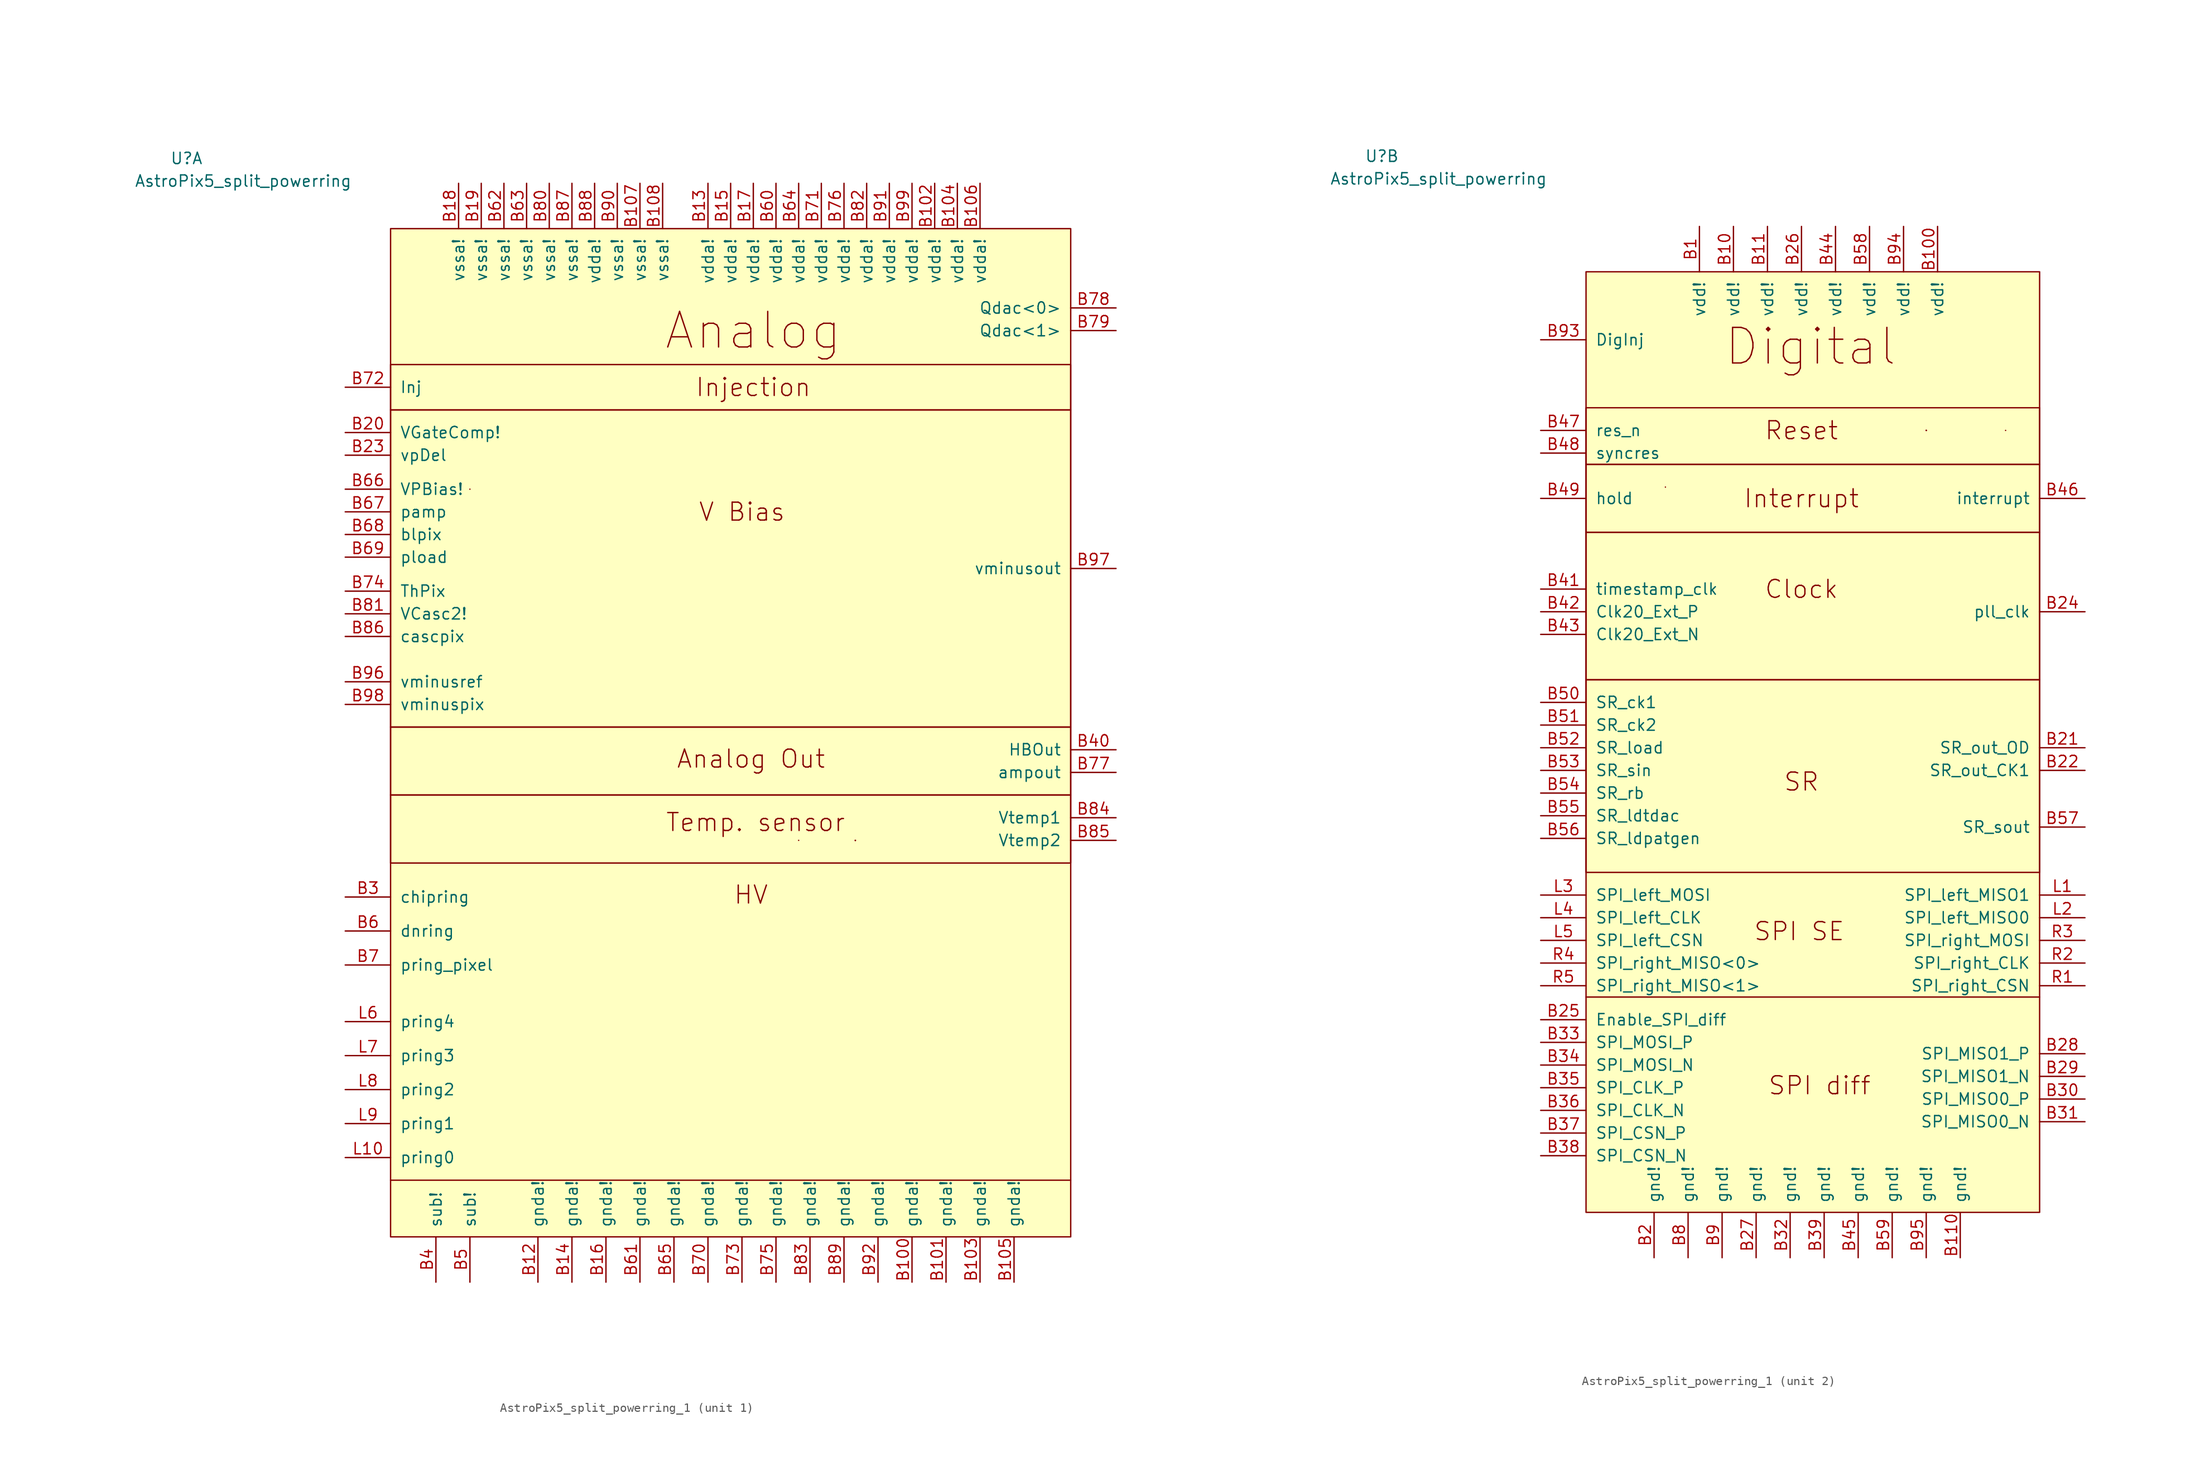
<source format=kicad_sym>
(kicad_symbol_lib
  (version 20231120)
  (generator "kicad_symbol_editor")
  (generator_version "8.0")
  (symbol "AstroPix5_split_powerring_1"
    (pin_names
      (offset 1.016))
    (property "Reference" "U"
      (at -48.26 44.704 0)
      (effects (font (size 1.27 1.27))))
    (property "Value" "AstroPix5_split_powerring"
      (at -41.91 42.164 0)
      (effects (font (size 1.27 1.27))))
    (property "ki_locked" ""
      (at 0 0 0)
      (effects (font (size 1.27 1.27))))
    (symbol "AstroPix5_split_powerring_1_0_1"
      (polyline (pts (xy -16.51 7.62) (xy -16.51 7.62)) (stroke (width 0) (type default)) (fill (type none))))
    (symbol "AstroPix5_split_powerring_1_1_0"
      (pin power_in line (at 33.02 -81.28 90) (length 5.08) (name "gnda!" (effects (font (size 1.27 1.27)))) (number "B100" (effects (font (size 1.27 1.27)))))
      (pin power_in line (at 36.83 -81.28 90) (length 5.08) (name "gnda!" (effects (font (size 1.27 1.27)))) (number "B101" (effects (font (size 1.27 1.27)))))
      (pin power_in line (at 35.56 41.91 270) (length 5.08) (name "vdda!" (effects (font (size 1.27 1.27)))) (number "B102" (effects (font (size 1.27 1.27)))))
      (pin power_in line (at 40.64 -81.28 90) (length 5.08) (name "gnda!" (effects (font (size 1.27 1.27)))) (number "B103" (effects (font (size 1.27 1.27)))))
      (pin power_in line (at 38.1 41.91 270) (length 5.08) (name "vdda!" (effects (font (size 1.27 1.27)))) (number "B104" (effects (font (size 1.27 1.27)))))
      (pin power_in line (at 44.45 -81.28 90) (length 5.08) (name "gnda!" (effects (font (size 1.27 1.27)))) (number "B105" (effects (font (size 1.27 1.27)))))
      (pin power_in line (at 40.64 41.91 270) (length 5.08) (name "vdda!" (effects (font (size 1.27 1.27)))) (number "B106" (effects (font (size 1.27 1.27)))))
      (pin power_in line (at 2.54 41.91 270) (length 5.08) (name "vssa!" (effects (font (size 1.27 1.27)))) (number "B107" (effects (font (size 1.27 1.27)))))
      (pin power_in line (at 5.08 41.91 270) (length 5.08) (name "vssa!" (effects (font (size 1.27 1.27)))) (number "B108" (effects (font (size 1.27 1.27)))))
      (pin power_in line (at -8.89 -81.28 90) (length 5.08) (name "gnda!" (effects (font (size 1.27 1.27)))) (number "B12" (effects (font (size 1.27 1.27)))))
      (pin power_in line (at 10.16 41.91 270) (length 5.08) (name "vdda!" (effects (font (size 1.27 1.27)))) (number "B13" (effects (font (size 1.27 1.27)))))
      (pin power_in line (at -5.08 -81.28 90) (length 5.08) (name "gnda!" (effects (font (size 1.27 1.27)))) (number "B14" (effects (font (size 1.27 1.27)))))
      (pin power_in line (at 12.7 41.91 270) (length 5.08) (name "vdda!" (effects (font (size 1.27 1.27)))) (number "B15" (effects (font (size 1.27 1.27)))))
      (pin power_in line (at -1.27 -81.28 90) (length 5.08) (name "gnda!" (effects (font (size 1.27 1.27)))) (number "B16" (effects (font (size 1.27 1.27)))))
      (pin power_in line (at 15.24 41.91 270) (length 5.08) (name "vdda!" (effects (font (size 1.27 1.27)))) (number "B17" (effects (font (size 1.27 1.27)))))
      (pin power_in line (at -17.78 41.91 270) (length 5.08) (name "vssa!" (effects (font (size 1.27 1.27)))) (number "B18" (effects (font (size 1.27 1.27)))))
      (pin power_in line (at -15.24 41.91 270) (length 5.08) (name "vssa!" (effects (font (size 1.27 1.27)))) (number "B19" (effects (font (size 1.27 1.27)))))
      (pin bidirectional line (at -30.48 13.97 0) (length 5.08) (name "VGateComp!" (effects (font (size 1.27 1.27)))) (number "B20" (effects (font (size 1.27 1.27)))))
      (pin bidirectional line (at -30.48 11.43 0) (length 5.08) (name "vpDel" (effects (font (size 1.27 1.27)))) (number "B23" (effects (font (size 1.27 1.27)))))
      (pin bidirectional line (at -30.48 -38.1 0) (length 5.08) (name "chipring" (effects (font (size 1.27 1.27)))) (number "B3" (effects (font (size 1.27 1.27)))))
      (pin power_in line (at -20.32 -81.28 90) (length 5.08) (name "sub!" (effects (font (size 1.27 1.27)))) (number "B4" (effects (font (size 1.27 1.27)))))
      (pin output line (at 55.88 -21.59 180) (length 5.08) (name "HBOut" (effects (font (size 1.27 1.27)))) (number "B40" (effects (font (size 1.27 1.27)))))
      (pin power_in line (at -16.51 -81.28 90) (length 5.08) (name "sub!" (effects (font (size 1.27 1.27)))) (number "B5" (effects (font (size 1.27 1.27)))))
      (pin bidirectional line (at -30.48 -41.91 0) (length 5.08) (name "dnring" (effects (font (size 1.27 1.27)))) (number "B6" (effects (font (size 1.27 1.27)))))
      (pin power_in line (at 17.78 41.91 270) (length 5.08) (name "vdda!" (effects (font (size 1.27 1.27)))) (number "B60" (effects (font (size 1.27 1.27)))))
      (pin power_in line (at 2.54 -81.28 90) (length 5.08) (name "gnda!" (effects (font (size 1.27 1.27)))) (number "B61" (effects (font (size 1.27 1.27)))))
      (pin power_in line (at -12.7 41.91 270) (length 5.08) (name "vssa!" (effects (font (size 1.27 1.27)))) (number "B62" (effects (font (size 1.27 1.27)))))
      (pin power_in line (at -10.16 41.91 270) (length 5.08) (name "vssa!" (effects (font (size 1.27 1.27)))) (number "B63" (effects (font (size 1.27 1.27)))))
      (pin power_in line (at 20.32 41.91 270) (length 5.08) (name "vdda!" (effects (font (size 1.27 1.27)))) (number "B64" (effects (font (size 1.27 1.27)))))
      (pin power_in line (at 6.35 -81.28 90) (length 5.08) (name "gnda!" (effects (font (size 1.27 1.27)))) (number "B65" (effects (font (size 1.27 1.27)))))
      (pin bidirectional line (at -30.48 7.62 0) (length 5.08) (name "VPBias!" (effects (font (size 1.27 1.27)))) (number "B66" (effects (font (size 1.27 1.27)))))
      (pin bidirectional line (at -30.48 5.08 0) (length 5.08) (name "pamp" (effects (font (size 1.27 1.27)))) (number "B67" (effects (font (size 1.27 1.27)))))
      (pin bidirectional line (at -30.48 2.54 0) (length 5.08) (name "blpix" (effects (font (size 1.27 1.27)))) (number "B68" (effects (font (size 1.27 1.27)))))
      (pin bidirectional line (at -30.48 0 0) (length 5.08) (name "pload" (effects (font (size 1.27 1.27)))) (number "B69" (effects (font (size 1.27 1.27)))))
      (pin bidirectional line (at -30.48 -45.72 0) (length 5.08) (name "pring_pixel" (effects (font (size 1.27 1.27)))) (number "B7" (effects (font (size 1.27 1.27)))))
      (pin power_in line (at 10.16 -81.28 90) (length 5.08) (name "gnda!" (effects (font (size 1.27 1.27)))) (number "B70" (effects (font (size 1.27 1.27)))))
      (pin power_in line (at 22.86 41.91 270) (length 5.08) (name "vdda!" (effects (font (size 1.27 1.27)))) (number "B71" (effects (font (size 1.27 1.27)))))
      (pin input line (at -30.48 19.05 0) (length 5.08) (name "Inj" (effects (font (size 1.27 1.27)))) (number "B72" (effects (font (size 1.27 1.27)))))
      (pin power_in line (at 13.97 -81.28 90) (length 5.08) (name "gnda!" (effects (font (size 1.27 1.27)))) (number "B73" (effects (font (size 1.27 1.27)))))
      (pin bidirectional line (at -30.48 -3.81 0) (length 5.08) (name "ThPix" (effects (font (size 1.27 1.27)))) (number "B74" (effects (font (size 1.27 1.27)))))
      (pin power_in line (at 17.78 -81.28 90) (length 5.08) (name "gnda!" (effects (font (size 1.27 1.27)))) (number "B75" (effects (font (size 1.27 1.27)))))
      (pin power_in line (at 25.4 41.91 270) (length 5.08) (name "vdda!" (effects (font (size 1.27 1.27)))) (number "B76" (effects (font (size 1.27 1.27)))))
      (pin output line (at 55.88 -24.13 180) (length 5.08) (name "ampout" (effects (font (size 1.27 1.27)))) (number "B77" (effects (font (size 1.27 1.27)))))
      (pin output line (at 55.88 27.94 180) (length 5.08) (name "Qdac<0>" (effects (font (size 1.27 1.27)))) (number "B78" (effects (font (size 1.27 1.27)))))
      (pin output line (at 55.88 25.4 180) (length 5.08) (name "Qdac<1>" (effects (font (size 1.27 1.27)))) (number "B79" (effects (font (size 1.27 1.27)))))
      (pin power_in line (at -7.62 41.91 270) (length 5.08) (name "vssa!" (effects (font (size 1.27 1.27)))) (number "B80" (effects (font (size 1.27 1.27)))))
      (pin bidirectional line (at -30.48 -6.35 0) (length 5.08) (name "VCasc2!" (effects (font (size 1.27 1.27)))) (number "B81" (effects (font (size 1.27 1.27)))))
      (pin power_in line (at 27.94 41.91 270) (length 5.08) (name "vdda!" (effects (font (size 1.27 1.27)))) (number "B82" (effects (font (size 1.27 1.27)))))
      (pin power_in line (at 21.59 -81.28 90) (length 5.08) (name "gnda!" (effects (font (size 1.27 1.27)))) (number "B83" (effects (font (size 1.27 1.27)))))
      (pin output line (at 55.88 -29.21 180) (length 5.08) (name "Vtemp1" (effects (font (size 1.27 1.27)))) (number "B84" (effects (font (size 1.27 1.27)))))
      (pin output line (at 55.88 -31.75 180) (length 5.08) (name "Vtemp2" (effects (font (size 1.27 1.27)))) (number "B85" (effects (font (size 1.27 1.27)))))
      (pin bidirectional line (at -30.48 -8.89 0) (length 5.08) (name "cascpix" (effects (font (size 1.27 1.27)))) (number "B86" (effects (font (size 1.27 1.27)))))
      (pin power_in line (at -5.08 41.91 270) (length 5.08) (name "vssa!" (effects (font (size 1.27 1.27)))) (number "B87" (effects (font (size 1.27 1.27)))))
      (pin power_in line (at -2.54 41.91 270) (length 5.08) (name "vdda!" (effects (font (size 1.27 1.27)))) (number "B88" (effects (font (size 1.27 1.27)))))
      (pin power_in line (at 25.4 -81.28 90) (length 5.08) (name "gnda!" (effects (font (size 1.27 1.27)))) (number "B89" (effects (font (size 1.27 1.27)))))
      (pin power_in line (at 0 41.91 270) (length 5.08) (name "vssa!" (effects (font (size 1.27 1.27)))) (number "B90" (effects (font (size 1.27 1.27)))))
      (pin power_in line (at 30.48 41.91 270) (length 5.08) (name "vdda!" (effects (font (size 1.27 1.27)))) (number "B91" (effects (font (size 1.27 1.27)))))
      (pin power_in line (at 29.21 -81.28 90) (length 5.08) (name "gnda!" (effects (font (size 1.27 1.27)))) (number "B92" (effects (font (size 1.27 1.27)))))
      (pin bidirectional line (at -30.48 -13.97 0) (length 5.08) (name "vminusref" (effects (font (size 1.27 1.27)))) (number "B96" (effects (font (size 1.27 1.27)))))
      (pin output line (at 55.88 -1.27 180) (length 5.08) (name "vminusout" (effects (font (size 1.27 1.27)))) (number "B97" (effects (font (size 1.27 1.27)))))
      (pin power_in line (at -30.48 -16.51 0) (length 5.08) (name "vminuspix" (effects (font (size 1.27 1.27)))) (number "B98" (effects (font (size 1.27 1.27)))))
      (pin power_in line (at 33.02 41.91 270) (length 5.08) (name "vdda!" (effects (font (size 1.27 1.27)))) (number "B99" (effects (font (size 1.27 1.27)))))
      (pin bidirectional line (at -30.48 -67.31 0) (length 5.08) (name "pring0" (effects (font (size 1.27 1.27)))) (number "L10" (effects (font (size 1.27 1.27)))))
      (pin bidirectional line (at -30.48 -52.07 0) (length 5.08) (name "pring4" (effects (font (size 1.27 1.27)))) (number "L6" (effects (font (size 1.27 1.27)))))
      (pin bidirectional line (at -30.48 -55.88 0) (length 5.08) (name "pring3" (effects (font (size 1.27 1.27)))) (number "L7" (effects (font (size 1.27 1.27)))))
      (pin bidirectional line (at -30.48 -59.69 0) (length 5.08) (name "pring2" (effects (font (size 1.27 1.27)))) (number "L8" (effects (font (size 1.27 1.27)))))
      (pin bidirectional line (at -30.48 -63.5 0) (length 5.08) (name "pring1" (effects (font (size 1.27 1.27)))) (number "L9" (effects (font (size 1.27 1.27))))))
    (symbol "AstroPix5_split_powerring_1_1_1"
      (rectangle (start -25.4 -26.67) (end 50.8 -34.29) (stroke (width 0) (type default)) (fill (type none)))
      (rectangle (start -25.4 -19.05) (end 50.8 -26.67) (stroke (width 0) (type default)) (fill (type none)))
      (rectangle (start -25.4 16.51) (end 50.8 -19.05) (stroke (width 0) (type default)) (fill (type none)))
      (rectangle (start -25.4 21.59) (end 50.8 16.51) (stroke (width 0) (type default)) (fill (type none)))
      (rectangle (start -25.4 36.83) (end 50.8 -76.2) (stroke (width 0) (type default)) (fill (type background)))
      (polyline (pts (xy -25.4 -69.85) (xy 50.8 -69.85)) (stroke (width 0) (type default)) (fill (type none)))
      (polyline (pts (xy 20.32 -31.75) (xy 20.32 -31.75)) (stroke (width 0) (type default)) (fill (type none)))
      (polyline (pts (xy 26.67 -31.75) (xy 26.67 -31.75)) (stroke (width 0) (type default)) (fill (type none)))
      (polyline (pts (xy 26.67 -31.75) (xy 26.67 -31.75)) (stroke (width 0) (type default)) (fill (type none)))
      (polyline (pts (xy 26.67 -31.75) (xy 26.67 -31.75)) (stroke (width 0) (type default)) (fill (type none)))
      (polyline (pts (xy 26.67 -31.75) (xy 26.67 -31.75)) (stroke (width 0) (type default)) (fill (type none)))
      (polyline (pts (xy 26.67 -31.75) (xy 26.67 -31.75)) (stroke (width 0) (type default)) (fill (type none)))
      (text "Analog" (at 15.24 25.4 0) (effects (font (size 3.988 3.988))))
      (text "Analog Out" (at 14.986 -22.606 0) (effects (font (size 2.007 2.007))))
      (text "HV" (at 14.986 -37.846 0) (effects (font (size 2.007 2.007))))
      (text "Injection" (at 15.24 19.05 0) (effects (font (size 2.007 2.007))))
      (text "Temp. sensor" (at 15.494 -29.718 0) (effects (font (size 2.007 2.007))))
      (text "V Bias" (at 13.97 5.08 0) (effects (font (size 2.007 2.007)))))
    (symbol "AstroPix5_split_powerring_1_2_0"
      (pin power_in line (at -12.7 36.83 270) (length 5.08) (name "vdd!" (effects (font (size 1.27 1.27)))) (number "B1" (effects (font (size 1.27 1.27)))))
      (pin power_in line (at -8.89 36.83 270) (length 5.08) (name "vdd!" (effects (font (size 1.27 1.27)))) (number "B10" (effects (font (size 1.27 1.27)))))
      (pin power_in line (at 13.97 36.83 270) (length 5.08) (name "vdd!" (effects (font (size 1.27 1.27)))) (number "B100" (effects (font (size 1.27 1.27)))))
      (pin power_in line (at -5.08 36.83 270) (length 5.08) (name "vdd!" (effects (font (size 1.27 1.27)))) (number "B11" (effects (font (size 1.27 1.27)))))
      (pin power_in line (at 16.51 -78.74 90) (length 5.08) (name "gnd!" (effects (font (size 1.27 1.27)))) (number "B110" (effects (font (size 1.27 1.27)))))
      (pin power_in line (at -17.78 -78.74 90) (length 5.08) (name "gnd!" (effects (font (size 1.27 1.27)))) (number "B2" (effects (font (size 1.27 1.27)))))
      (pin output line (at 30.48 -21.59 180) (length 5.08) (name "SR_out_OD" (effects (font (size 1.27 1.27)))) (number "B21" (effects (font (size 1.27 1.27)))))
      (pin output line (at 30.48 -24.13 180) (length 5.08) (name "SR_out_CK1" (effects (font (size 1.27 1.27)))) (number "B22" (effects (font (size 1.27 1.27)))))
      (pin output line (at 30.48 -6.35 180) (length 5.08) (name "pll_clk" (effects (font (size 1.27 1.27)))) (number "B24" (effects (font (size 1.27 1.27)))))
      (pin input line (at -30.48 -52.07 0) (length 5.08) (name "Enable_SPI_diff" (effects (font (size 1.27 1.27)))) (number "B25" (effects (font (size 1.27 1.27)))))
      (pin power_in line (at -1.27 36.83 270) (length 5.08) (name "vdd!" (effects (font (size 1.27 1.27)))) (number "B26" (effects (font (size 1.27 1.27)))))
      (pin power_in line (at -6.35 -78.74 90) (length 5.08) (name "gnd!" (effects (font (size 1.27 1.27)))) (number "B27" (effects (font (size 1.27 1.27)))))
      (pin output line (at 30.48 -55.88 180) (length 5.08) (name "SPI_MISO1_P" (effects (font (size 1.27 1.27)))) (number "B28" (effects (font (size 1.27 1.27)))))
      (pin output line (at 30.48 -58.42 180) (length 5.08) (name "SPI_MISO1_N" (effects (font (size 1.27 1.27)))) (number "B29" (effects (font (size 1.27 1.27)))))
      (pin output line (at 30.48 -60.96 180) (length 5.08) (name "SPI_MISO0_P" (effects (font (size 1.27 1.27)))) (number "B30" (effects (font (size 1.27 1.27)))))
      (pin output line (at 30.48 -63.5 180) (length 5.08) (name "SPI_MISO0_N" (effects (font (size 1.27 1.27)))) (number "B31" (effects (font (size 1.27 1.27)))))
      (pin power_in line (at -2.54 -78.74 90) (length 5.08) (name "gnd!" (effects (font (size 1.27 1.27)))) (number "B32" (effects (font (size 1.27 1.27)))))
      (pin input line (at -30.48 -54.61 0) (length 5.08) (name "SPI_MOSI_P" (effects (font (size 1.27 1.27)))) (number "B33" (effects (font (size 1.27 1.27)))))
      (pin input line (at -30.48 -57.15 0) (length 5.08) (name "SPI_MOSI_N" (effects (font (size 1.27 1.27)))) (number "B34" (effects (font (size 1.27 1.27)))))
      (pin input line (at -30.48 -59.69 0) (length 5.08) (name "SPI_CLK_P" (effects (font (size 1.27 1.27)))) (number "B35" (effects (font (size 1.27 1.27)))))
      (pin input line (at -30.48 -62.23 0) (length 5.08) (name "SPI_CLK_N" (effects (font (size 1.27 1.27)))) (number "B36" (effects (font (size 1.27 1.27)))))
      (pin input line (at -30.48 -64.77 0) (length 5.08) (name "SPI_CSN_P" (effects (font (size 1.27 1.27)))) (number "B37" (effects (font (size 1.27 1.27)))))
      (pin input line (at -30.48 -67.31 0) (length 5.08) (name "SPI_CSN_N" (effects (font (size 1.27 1.27)))) (number "B38" (effects (font (size 1.27 1.27)))))
      (pin power_in line (at 1.27 -78.74 90) (length 5.08) (name "gnd!" (effects (font (size 1.27 1.27)))) (number "B39" (effects (font (size 1.27 1.27)))))
      (pin input line (at -30.48 -3.81 0) (length 5.08) (name "timestamp_clk" (effects (font (size 1.27 1.27)))) (number "B41" (effects (font (size 1.27 1.27)))))
      (pin input line (at -30.48 -6.35 0) (length 5.08) (name "Clk20_Ext_P" (effects (font (size 1.27 1.27)))) (number "B42" (effects (font (size 1.27 1.27)))))
      (pin input line (at -30.48 -8.89 0) (length 5.08) (name "Clk20_Ext_N" (effects (font (size 1.27 1.27)))) (number "B43" (effects (font (size 1.27 1.27)))))
      (pin power_in line (at 2.54 36.83 270) (length 5.08) (name "vdd!" (effects (font (size 1.27 1.27)))) (number "B44" (effects (font (size 1.27 1.27)))))
      (pin power_in line (at 5.08 -78.74 90) (length 5.08) (name "gnd!" (effects (font (size 1.27 1.27)))) (number "B45" (effects (font (size 1.27 1.27)))))
      (pin output line (at 30.48 6.35 180) (length 5.08) (name "interrupt" (effects (font (size 1.27 1.27)))) (number "B46" (effects (font (size 1.27 1.27)))))
      (pin input line (at -30.48 13.97 0) (length 5.08) (name "res_n" (effects (font (size 1.27 1.27)))) (number "B47" (effects (font (size 1.27 1.27)))))
      (pin input line (at -30.48 11.43 0) (length 5.08) (name "syncres" (effects (font (size 1.27 1.27)))) (number "B48" (effects (font (size 1.27 1.27)))))
      (pin input line (at -30.48 6.35 0) (length 5.08) (name "hold" (effects (font (size 1.27 1.27)))) (number "B49" (effects (font (size 1.27 1.27)))))
      (pin input line (at -30.48 -16.51 0) (length 5.08) (name "SR_ck1" (effects (font (size 1.27 1.27)))) (number "B50" (effects (font (size 1.27 1.27)))))
      (pin input line (at -30.48 -19.05 0) (length 5.08) (name "SR_ck2" (effects (font (size 1.27 1.27)))) (number "B51" (effects (font (size 1.27 1.27)))))
      (pin input line (at -30.48 -21.59 0) (length 5.08) (name "SR_load" (effects (font (size 1.27 1.27)))) (number "B52" (effects (font (size 1.27 1.27)))))
      (pin input line (at -30.48 -24.13 0) (length 5.08) (name "SR_sin" (effects (font (size 1.27 1.27)))) (number "B53" (effects (font (size 1.27 1.27)))))
      (pin input line (at -30.48 -26.67 0) (length 5.08) (name "SR_rb" (effects (font (size 1.27 1.27)))) (number "B54" (effects (font (size 1.27 1.27)))))
      (pin input line (at -30.48 -29.21 0) (length 5.08) (name "SR_ldtdac" (effects (font (size 1.27 1.27)))) (number "B55" (effects (font (size 1.27 1.27)))))
      (pin input line (at -30.48 -31.75 0) (length 5.08) (name "SR_ldpatgen" (effects (font (size 1.27 1.27)))) (number "B56" (effects (font (size 1.27 1.27)))))
      (pin output line (at 30.48 -30.48 180) (length 5.08) (name "SR_sout" (effects (font (size 1.27 1.27)))) (number "B57" (effects (font (size 1.27 1.27)))))
      (pin power_in line (at 6.35 36.83 270) (length 5.08) (name "vdd!" (effects (font (size 1.27 1.27)))) (number "B58" (effects (font (size 1.27 1.27)))))
      (pin power_in line (at 8.89 -78.74 90) (length 5.08) (name "gnd!" (effects (font (size 1.27 1.27)))) (number "B59" (effects (font (size 1.27 1.27)))))
      (pin power_in line (at -13.97 -78.74 90) (length 5.08) (name "gnd!" (effects (font (size 1.27 1.27)))) (number "B8" (effects (font (size 1.27 1.27)))))
      (pin power_in line (at -10.16 -78.74 90) (length 5.08) (name "gnd!" (effects (font (size 1.27 1.27)))) (number "B9" (effects (font (size 1.27 1.27)))))
      (pin input line (at -30.48 24.13 0) (length 5.08) (name "DigInj" (effects (font (size 1.27 1.27)))) (number "B93" (effects (font (size 1.27 1.27)))))
      (pin power_in line (at 10.16 36.83 270) (length 5.08) (name "vdd!" (effects (font (size 1.27 1.27)))) (number "B94" (effects (font (size 1.27 1.27)))))
      (pin power_in line (at 12.7 -78.74 90) (length 5.08) (name "gnd!" (effects (font (size 1.27 1.27)))) (number "B95" (effects (font (size 1.27 1.27)))))
      (pin output line (at 30.48 -38.1 180) (length 5.08) (name "SPI_left_MISO1" (effects (font (size 1.27 1.27)))) (number "L1" (effects (font (size 1.27 1.27)))))
      (pin output line (at 30.48 -40.64 180) (length 5.08) (name "SPI_left_MISO0" (effects (font (size 1.27 1.27)))) (number "L2" (effects (font (size 1.27 1.27)))))
      (pin input line (at -30.48 -38.1 0) (length 5.08) (name "SPI_left_MOSI" (effects (font (size 1.27 1.27)))) (number "L3" (effects (font (size 1.27 1.27)))))
      (pin input line (at -30.48 -40.64 0) (length 5.08) (name "SPI_left_CLK" (effects (font (size 1.27 1.27)))) (number "L4" (effects (font (size 1.27 1.27)))))
      (pin input line (at -30.48 -43.18 0) (length 5.08) (name "SPI_left_CSN" (effects (font (size 1.27 1.27)))) (number "L5" (effects (font (size 1.27 1.27)))))
      (pin output line (at 30.48 -48.26 180) (length 5.08) (name "SPI_right_CSN" (effects (font (size 1.27 1.27)))) (number "R1" (effects (font (size 1.27 1.27)))))
      (pin output line (at 30.48 -45.72 180) (length 5.08) (name "SPI_right_CLK" (effects (font (size 1.27 1.27)))) (number "R2" (effects (font (size 1.27 1.27)))))
      (pin output line (at 30.48 -43.18 180) (length 5.08) (name "SPI_right_MOSI" (effects (font (size 1.27 1.27)))) (number "R3" (effects (font (size 1.27 1.27)))))
      (pin input line (at -30.48 -45.72 0) (length 5.08) (name "SPI_right_MISO<0>" (effects (font (size 1.27 1.27)))) (number "R4" (effects (font (size 1.27 1.27)))))
      (pin input line (at -30.48 -48.26 0) (length 5.08) (name "SPI_right_MISO<1>" (effects (font (size 1.27 1.27)))) (number "R5" (effects (font (size 1.27 1.27))))))
    (symbol "AstroPix5_split_powerring_1_2_1"
      (rectangle (start -25.4 -13.97) (end 25.4 -35.56) (stroke (width 0) (type default)) (fill (type none)))
      (rectangle (start -25.4 2.54) (end 25.4 -13.97) (stroke (width 0) (type default)) (fill (type none)))
      (rectangle (start -25.4 2.54) (end 25.4 10.16) (stroke (width 0) (type default)) (fill (type none)))
      (rectangle (start -25.4 16.51) (end 25.4 10.16) (stroke (width 0) (type default)) (fill (type none)))
      (rectangle (start -25.4 31.75) (end 25.4 -73.66) (stroke (width 0) (type default)) (fill (type background)))
      (polyline (pts (xy -25.4 -49.53) (xy 25.4 -49.53)) (stroke (width 0) (type default)) (fill (type none)))
      (polyline (pts (xy 12.7 13.97) (xy 12.7 13.97)) (stroke (width 0) (type default)) (fill (type none)))
      (polyline (pts (xy 12.7 13.97) (xy 12.7 13.97)) (stroke (width 0) (type default)) (fill (type none)))
      (polyline (pts (xy 12.7 13.97) (xy 12.7 13.97)) (stroke (width 0) (type default)) (fill (type none)))
      (polyline (pts (xy 12.7 13.97) (xy 12.7 13.97)) (stroke (width 0) (type default)) (fill (type none)))
      (polyline (pts (xy 12.7 13.97) (xy 12.7 13.97)) (stroke (width 0) (type default)) (fill (type none)))
      (polyline (pts (xy 21.59 13.97) (xy 21.59 13.97)) (stroke (width 0) (type default)) (fill (type none)))
      (text "Clock" (at -1.27 -3.81 0) (effects (font (size 2.007 2.007))))
      (text "Digital" (at -0.254 23.368 0) (effects (font (size 3.988 3.988))))
      (text "Interrupt" (at -1.27 6.35 0) (effects (font (size 2.007 2.007))))
      (text "Reset" (at -1.27 13.97 0) (effects (font (size 2.007 2.007))))
      (text "SPI diff\n" (at 0.762 -59.436 0) (effects (font (size 2.007 2.007))))
      (text "SPI SE" (at -1.524 -42.164 0) (effects (font (size 2.007 2.007))))
      (text "SR" (at -1.27 -25.4 0) (effects (font (size 2.007 2.007)))))))
</source>
